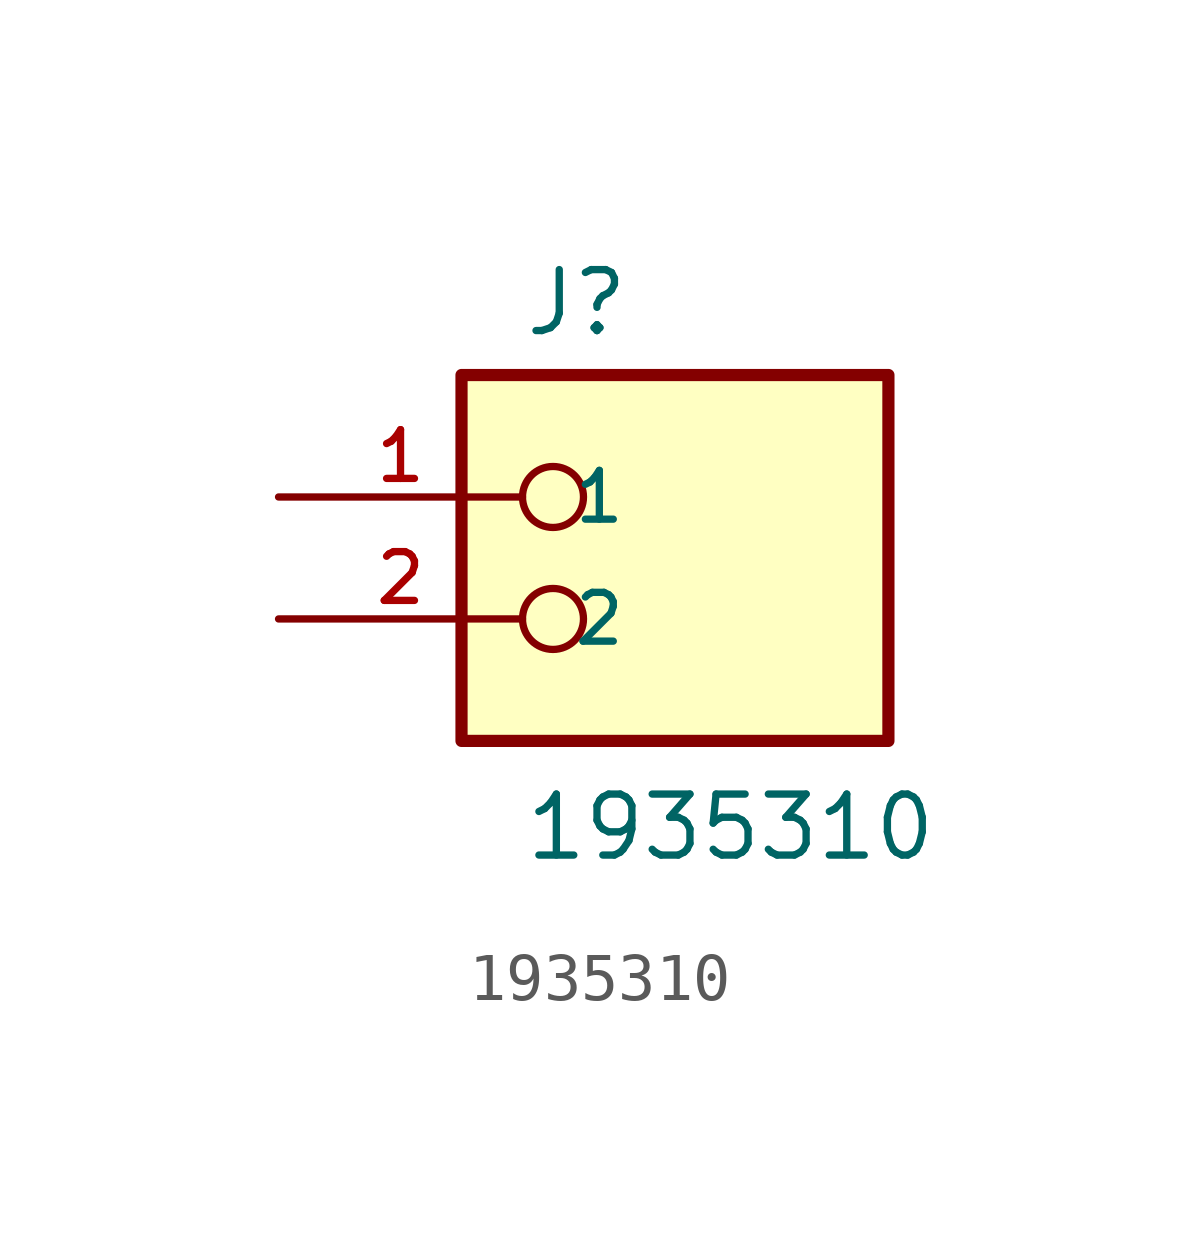
<source format=kicad_sym>
(kicad_symbol_lib
  (version 20211014)
  (generator kicad_symbol_editor)
  (symbol "1935310"
    (pin_names
      (offset 1.016))
    (property "Reference" "J"
      (at -2.54 3.302 0)
      (effects (font (size 1.27 1.27)) (justify bottom left)))
    (property "Value" "1935310"
      (at -2.54 -7.62 0)
      (effects (font (size 1.27 1.27)) (justify bottom left)))
    (symbol "1935310_0_0"
      (circle (center -1.905 0.0) (radius 0.635) (stroke (width 0.152)) (fill (type none)))
      (circle (center -1.905 -2.54) (radius 0.635) (stroke (width 0.152)) (fill (type none)))
      (rectangle (start -3.81 -5.08) (end 5.08 2.54) (stroke (width 0.254)) (fill (type background)))
      (pin passive line (at -7.62 0.0 0) (length 5.08) (name "1" (effects (font (size 1.016 1.016)))) (number "1" (effects (font (size 1.016 1.016)))))
      (pin passive line (at -7.62 -2.54 0) (length 5.08) (name "2" (effects (font (size 1.016 1.016)))) (number "2" (effects (font (size 1.016 1.016))))))))
</source>
